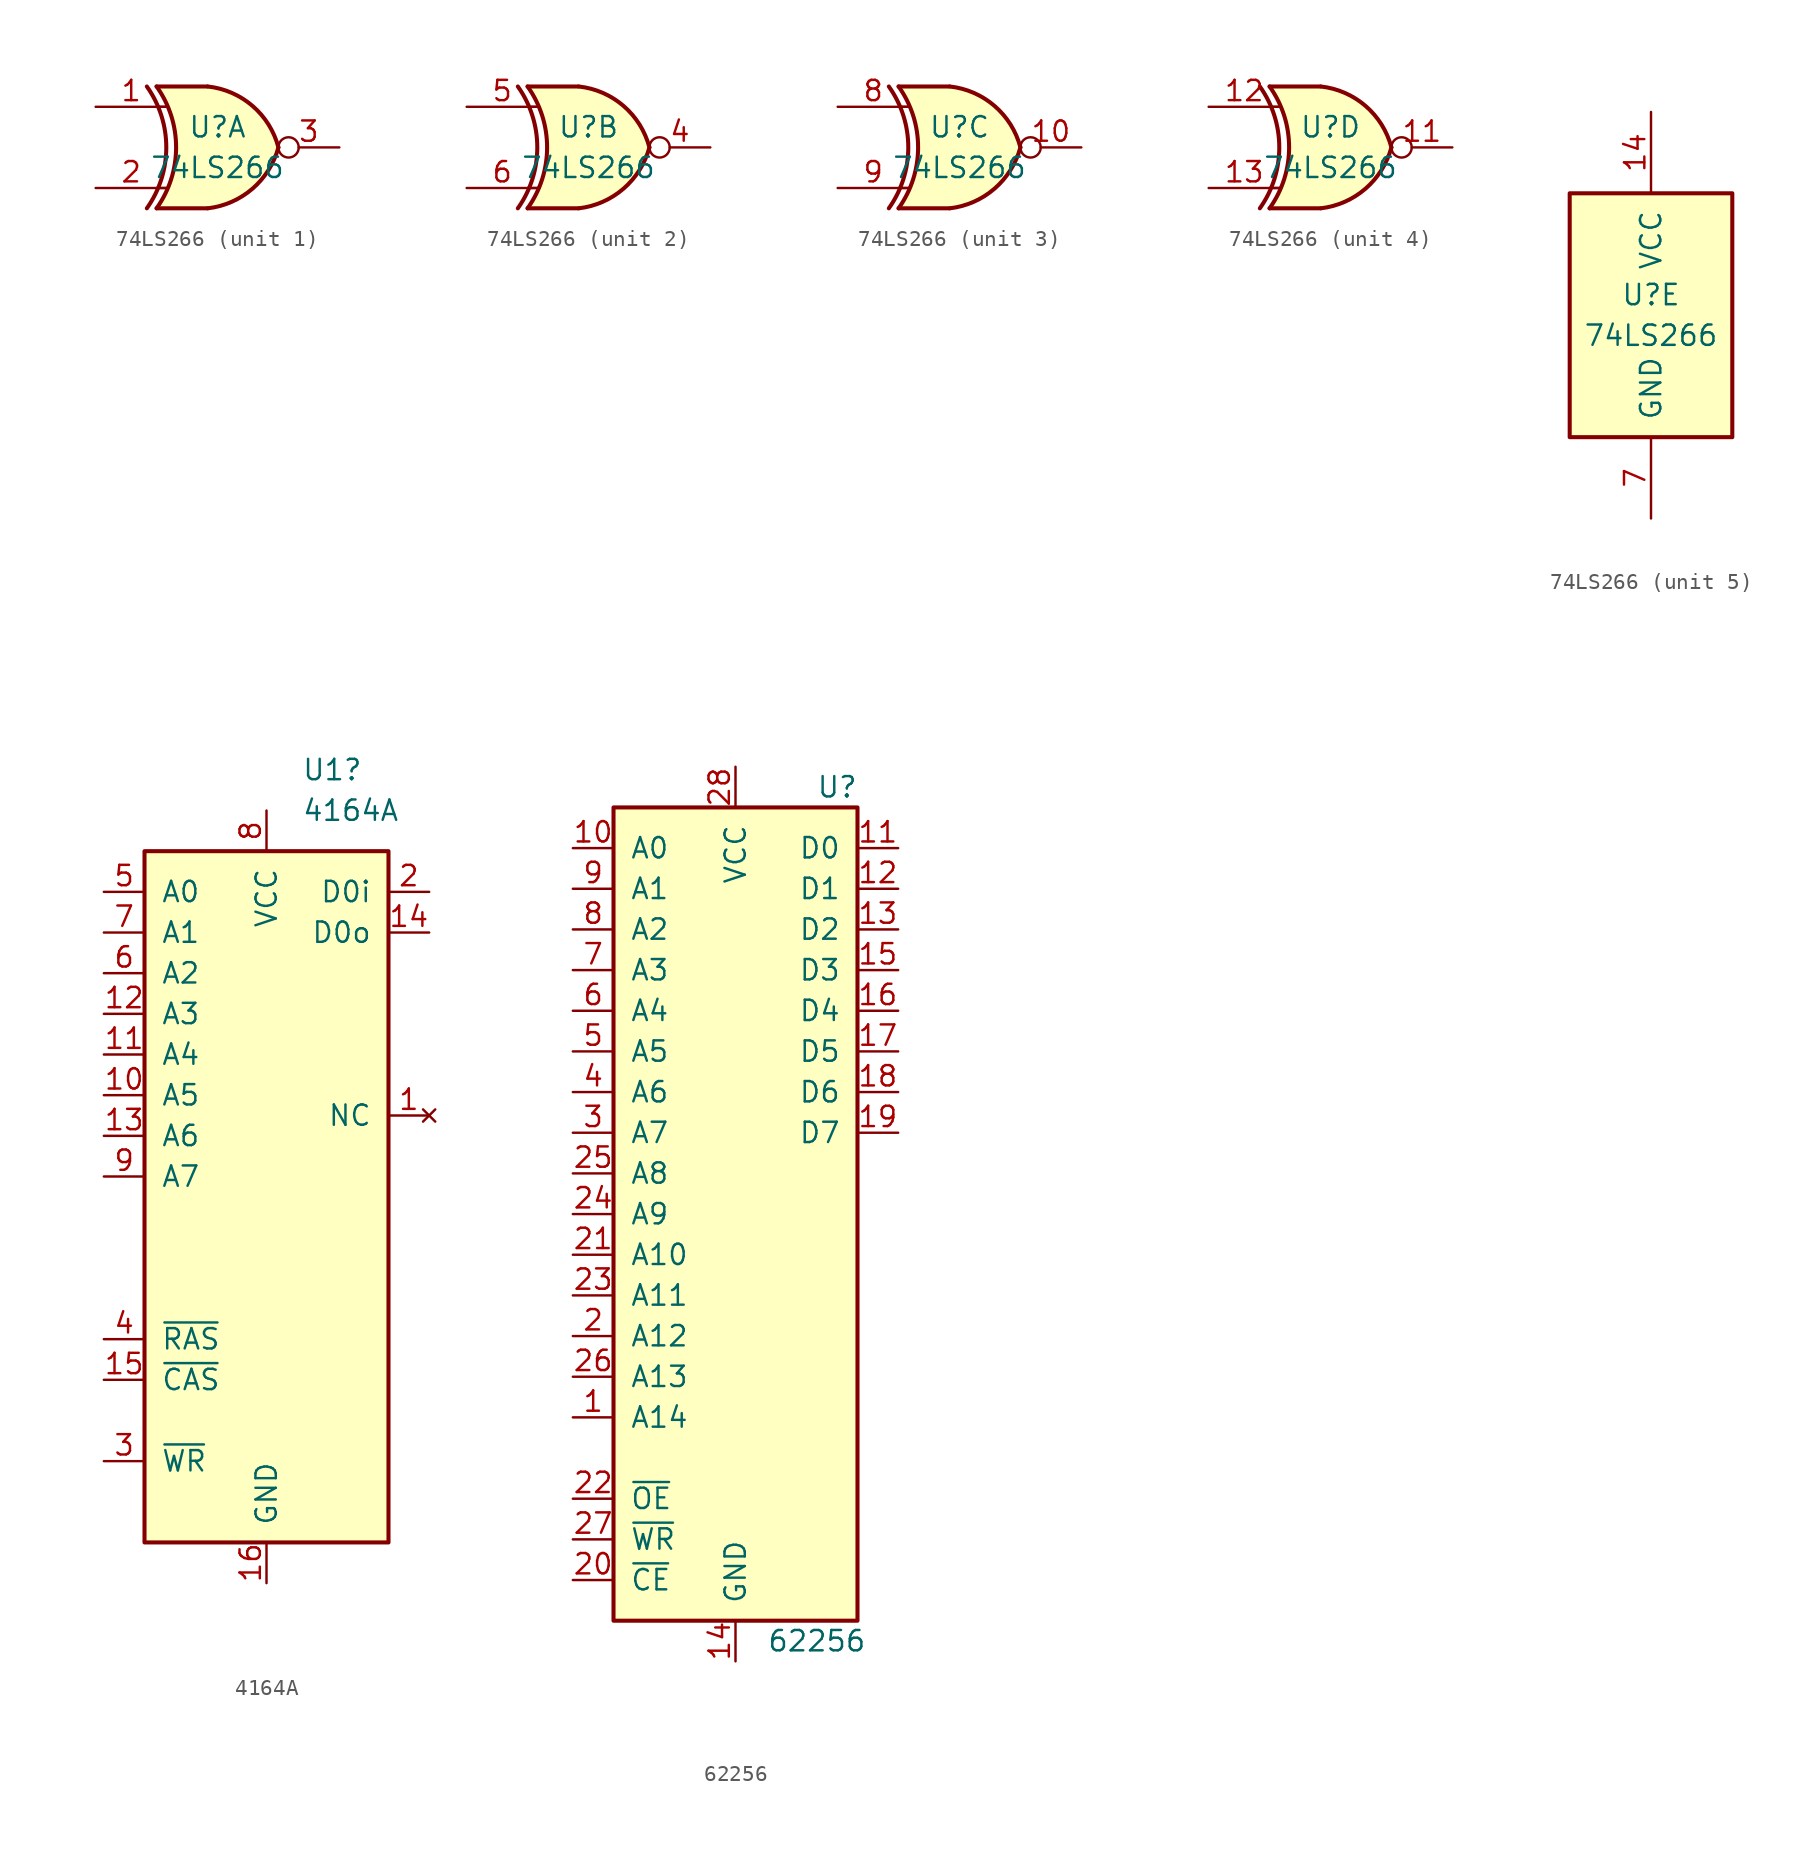
<source format=kicad_sym>
(kicad_symbol_lib
  (version 20241209)
  (generator "kicad_symbol_editor")
  (generator_version "9.0")
  (symbol "74LS266"
    (pin_names
      (offset 1.016))
    (property "Reference" "U"
      (at 0 1.27 0)
      (effects (font (size 1.27 1.27))))
    (property "Value" "74LS266"
      (at 0 -1.27 0)
      (effects (font (size 1.27 1.27))))
    (property "ki_locked" ""
      (at 0 0 0)
      (effects (font (size 1.27 1.27))))
    (symbol "74LS266_1_0"
      (arc (start -4.4196 3.81) (mid -3.2033 0) (end -4.4196 -3.81) (stroke (width 0.254) (type default)) (fill (type none)))
      (arc (start -3.81 3.81) (mid -2.589 0) (end -3.81 -3.81) (stroke (width 0.254) (type default)) (fill (type none)))
      (polyline (pts (xy -3.81 3.81) (xy -0.635 3.81)) (stroke (width 0.254) (type default)) (fill (type background)))
      (polyline (pts (xy -3.81 -3.81) (xy -0.635 -3.81)) (stroke (width 0.254) (type default)) (fill (type background)))
      (arc (start 3.81 0) (mid 2.1855 -2.584) (end -0.6096 -3.81) (stroke (width 0.254) (type default)) (fill (type background)))
      (arc (start -0.6096 3.81) (mid 2.1928 2.5924) (end 3.81 0) (stroke (width 0.254) (type default)) (fill (type background)))
      (polyline (pts (xy -0.635 3.81) (xy -3.81 3.81) (xy -3.81 3.81) (xy -3.556 3.404) (xy -3.023 2.261) (xy -2.692 1.041) (xy -2.616 -0.254) (xy -2.769 -1.499) (xy -3.175 -2.718) (xy -3.81 -3.81) (xy -3.81 -3.81) (xy -0.635 -3.81)) (stroke (width -25.4) (type default)) (fill (type background)))
      (pin input line (at -7.62 2.54 0) (length 4.445) (name "~" (effects (font (size 1.27 1.27)))) (number "1" (effects (font (size 1.27 1.27)))))
      (pin input line (at -7.62 -2.54 0) (length 4.445) (name "~" (effects (font (size 1.27 1.27)))) (number "2" (effects (font (size 1.27 1.27)))))
      (pin open_collector inverted (at 7.62 0 180) (length 3.81) (name "~" (effects (font (size 1.27 1.27)))) (number "3" (effects (font (size 1.27 1.27))))))
    (symbol "74LS266_1_1"
      (polyline (pts (xy -3.81 2.54) (xy -3.175 2.54)) (stroke (width 0.152) (type default)) (fill (type none)))
      (polyline (pts (xy -3.81 -2.54) (xy -3.175 -2.54)) (stroke (width 0.152) (type default)) (fill (type none))))
    (symbol "74LS266_2_0"
      (arc (start -4.4196 3.81) (mid -3.2033 0) (end -4.4196 -3.81) (stroke (width 0.254) (type default)) (fill (type none)))
      (arc (start -3.81 3.81) (mid -2.589 0) (end -3.81 -3.81) (stroke (width 0.254) (type default)) (fill (type none)))
      (polyline (pts (xy -3.81 3.81) (xy -0.635 3.81)) (stroke (width 0.254) (type default)) (fill (type background)))
      (polyline (pts (xy -3.81 -3.81) (xy -0.635 -3.81)) (stroke (width 0.254) (type default)) (fill (type background)))
      (arc (start 3.81 0) (mid 2.1855 -2.584) (end -0.6096 -3.81) (stroke (width 0.254) (type default)) (fill (type background)))
      (arc (start -0.6096 3.81) (mid 2.1928 2.5924) (end 3.81 0) (stroke (width 0.254) (type default)) (fill (type background)))
      (polyline (pts (xy -0.635 3.81) (xy -3.81 3.81) (xy -3.81 3.81) (xy -3.556 3.404) (xy -3.023 2.261) (xy -2.692 1.041) (xy -2.616 -0.254) (xy -2.769 -1.499) (xy -3.175 -2.718) (xy -3.81 -3.81) (xy -3.81 -3.81) (xy -0.635 -3.81)) (stroke (width -25.4) (type default)) (fill (type background)))
      (pin input line (at -7.62 2.54 0) (length 4.445) (name "~" (effects (font (size 1.27 1.27)))) (number "5" (effects (font (size 1.27 1.27)))))
      (pin input line (at -7.62 -2.54 0) (length 4.445) (name "~" (effects (font (size 1.27 1.27)))) (number "6" (effects (font (size 1.27 1.27)))))
      (pin open_collector inverted (at 7.62 0 180) (length 3.81) (name "~" (effects (font (size 1.27 1.27)))) (number "4" (effects (font (size 1.27 1.27))))))
    (symbol "74LS266_2_1"
      (polyline (pts (xy -3.81 2.54) (xy -3.175 2.54)) (stroke (width 0.152) (type default)) (fill (type none)))
      (polyline (pts (xy -3.81 -2.54) (xy -3.175 -2.54)) (stroke (width 0.152) (type default)) (fill (type none))))
    (symbol "74LS266_3_0"
      (arc (start -4.4196 3.81) (mid -3.2033 0) (end -4.4196 -3.81) (stroke (width 0.254) (type default)) (fill (type none)))
      (arc (start -3.81 3.81) (mid -2.589 0) (end -3.81 -3.81) (stroke (width 0.254) (type default)) (fill (type none)))
      (polyline (pts (xy -3.81 3.81) (xy -0.635 3.81)) (stroke (width 0.254) (type default)) (fill (type background)))
      (polyline (pts (xy -3.81 -3.81) (xy -0.635 -3.81)) (stroke (width 0.254) (type default)) (fill (type background)))
      (arc (start 3.81 0) (mid 2.1855 -2.584) (end -0.6096 -3.81) (stroke (width 0.254) (type default)) (fill (type background)))
      (arc (start -0.6096 3.81) (mid 2.1928 2.5924) (end 3.81 0) (stroke (width 0.254) (type default)) (fill (type background)))
      (polyline (pts (xy -0.635 3.81) (xy -3.81 3.81) (xy -3.81 3.81) (xy -3.556 3.404) (xy -3.023 2.261) (xy -2.692 1.041) (xy -2.616 -0.254) (xy -2.769 -1.499) (xy -3.175 -2.718) (xy -3.81 -3.81) (xy -3.81 -3.81) (xy -0.635 -3.81)) (stroke (width -25.4) (type default)) (fill (type background)))
      (pin input line (at -7.62 2.54 0) (length 4.445) (name "~" (effects (font (size 1.27 1.27)))) (number "8" (effects (font (size 1.27 1.27)))))
      (pin input line (at -7.62 -2.54 0) (length 4.445) (name "~" (effects (font (size 1.27 1.27)))) (number "9" (effects (font (size 1.27 1.27)))))
      (pin open_collector inverted (at 7.62 0 180) (length 3.81) (name "~" (effects (font (size 1.27 1.27)))) (number "10" (effects (font (size 1.27 1.27))))))
    (symbol "74LS266_3_1"
      (polyline (pts (xy -3.81 2.54) (xy -3.175 2.54)) (stroke (width 0.152) (type default)) (fill (type none)))
      (polyline (pts (xy -3.81 -2.54) (xy -3.175 -2.54)) (stroke (width 0.152) (type default)) (fill (type none))))
    (symbol "74LS266_4_0"
      (arc (start -4.4196 3.81) (mid -3.2033 0) (end -4.4196 -3.81) (stroke (width 0.254) (type default)) (fill (type none)))
      (arc (start -3.81 3.81) (mid -2.589 0) (end -3.81 -3.81) (stroke (width 0.254) (type default)) (fill (type none)))
      (polyline (pts (xy -3.81 3.81) (xy -0.635 3.81)) (stroke (width 0.254) (type default)) (fill (type background)))
      (polyline (pts (xy -3.81 -3.81) (xy -0.635 -3.81)) (stroke (width 0.254) (type default)) (fill (type background)))
      (arc (start 3.81 0) (mid 2.1855 -2.584) (end -0.6096 -3.81) (stroke (width 0.254) (type default)) (fill (type background)))
      (arc (start -0.6096 3.81) (mid 2.1928 2.5924) (end 3.81 0) (stroke (width 0.254) (type default)) (fill (type background)))
      (polyline (pts (xy -0.635 3.81) (xy -3.81 3.81) (xy -3.81 3.81) (xy -3.556 3.404) (xy -3.023 2.261) (xy -2.692 1.041) (xy -2.616 -0.254) (xy -2.769 -1.499) (xy -3.175 -2.718) (xy -3.81 -3.81) (xy -3.81 -3.81) (xy -0.635 -3.81)) (stroke (width -25.4) (type default)) (fill (type background)))
      (pin input line (at -7.62 2.54 0) (length 4.445) (name "~" (effects (font (size 1.27 1.27)))) (number "12" (effects (font (size 1.27 1.27)))))
      (pin input line (at -7.62 -2.54 0) (length 4.445) (name "~" (effects (font (size 1.27 1.27)))) (number "13" (effects (font (size 1.27 1.27)))))
      (pin open_collector inverted (at 7.62 0 180) (length 3.81) (name "" (effects (font (size 1.27 1.27)))) (number "11" (effects (font (size 1.27 1.27))))))
    (symbol "74LS266_4_1"
      (polyline (pts (xy -3.81 2.54) (xy -3.175 2.54)) (stroke (width 0.152) (type default)) (fill (type none)))
      (polyline (pts (xy -3.81 -2.54) (xy -3.175 -2.54)) (stroke (width 0.152) (type default)) (fill (type none))))
    (symbol "74LS266_5_0"
      (pin power_in line (at 0 12.7 270) (length 5.08) (name "VCC" (effects (font (size 1.27 1.27)))) (number "14" (effects (font (size 1.27 1.27)))))
      (pin power_in line (at 0 -12.7 90) (length 5.08) (name "GND" (effects (font (size 1.27 1.27)))) (number "7" (effects (font (size 1.27 1.27))))))
    (symbol "74LS266_5_1"
      (rectangle (start -5.08 7.62) (end 5.08 -7.62) (stroke (width 0.254) (type default)) (fill (type background)))))
  (symbol "4164A"
    (pin_names
      (offset 1.016))
    (property "Reference" "U1"
      (at 2.194 30.48 0)
      (effects (font (size 1.27 1.27)) (justify left)))
    (property "Value" "4164A"
      (at 2.194 27.94 0)
      (effects (font (size 1.27 1.27)) (justify left)))
    (symbol "4164A_1_1"
      (rectangle (start -7.62 25.4) (end 7.62 -17.78) (stroke (width 0.254) (type default)) (fill (type background)))
      (pin input line (at -10.16 22.86 0) (length 2.54) (name "A0" (effects (font (size 1.27 1.27)))) (number "5" (effects (font (size 1.27 1.27)))))
      (pin input line (at -10.16 20.32 0) (length 2.54) (name "A1" (effects (font (size 1.27 1.27)))) (number "7" (effects (font (size 1.27 1.27)))))
      (pin input line (at -10.16 17.78 0) (length 2.54) (name "A2" (effects (font (size 1.27 1.27)))) (number "6" (effects (font (size 1.27 1.27)))))
      (pin input line (at -10.16 15.24 0) (length 2.54) (name "A3" (effects (font (size 1.27 1.27)))) (number "12" (effects (font (size 1.27 1.27)))))
      (pin input line (at -10.16 12.7 0) (length 2.54) (name "A4" (effects (font (size 1.27 1.27)))) (number "11" (effects (font (size 1.27 1.27)))))
      (pin input line (at -10.16 10.16 0) (length 2.54) (name "A5" (effects (font (size 1.27 1.27)))) (number "10" (effects (font (size 1.27 1.27)))))
      (pin input line (at -10.16 7.62 0) (length 2.54) (name "A6" (effects (font (size 1.27 1.27)))) (number "13" (effects (font (size 1.27 1.27)))))
      (pin input line (at -10.16 5.08 0) (length 2.54) (name "A7" (effects (font (size 1.27 1.27)))) (number "9" (effects (font (size 1.27 1.27)))))
      (pin input line (at -10.16 -5.08 0) (length 2.54) (name "~{RAS}" (effects (font (size 1.27 1.27)))) (number "4" (effects (font (size 1.27 1.27)))))
      (pin input line (at -10.16 -7.62 0) (length 2.54) (name "~{CAS}" (effects (font (size 1.27 1.27)))) (number "15" (effects (font (size 1.27 1.27)))))
      (pin input line (at -10.16 -12.7 0) (length 2.54) (name "~{WR}" (effects (font (size 1.27 1.27)))) (number "3" (effects (font (size 1.27 1.27)))))
      (pin power_in line (at 0 27.94 270) (length 2.54) (name "VCC" (effects (font (size 1.27 1.27)))) (number "8" (effects (font (size 1.27 1.27)))))
      (pin power_in line (at 0 -20.32 90) (length 2.54) (name "GND" (effects (font (size 1.27 1.27)))) (number "16" (effects (font (size 1.27 1.27)))))
      (pin tri_state line (at 10.16 22.86 180) (length 2.54) (name "D0i" (effects (font (size 1.27 1.27)))) (number "2" (effects (font (size 1.27 1.27)))))
      (pin tri_state line (at 10.16 20.32 180) (length 2.54) (name "D0o" (effects (font (size 1.27 1.27)))) (number "14" (effects (font (size 1.27 1.27)))))
      (pin no_connect line (at 10.16 8.89 180) (length 2.54) (name "NC" (effects (font (size 1.27 1.27)))) (number "1" (effects (font (size 1.27 1.27)))))))
  (symbol "62256"
    (pin_names
      (offset 1.016))
    (property "Reference" "U"
      (at 6.35 26.67 0)
      (effects (font (size 1.27 1.27))))
    (property "Value" "62256"
      (at 5.08 -26.67 0)
      (effects (font (size 1.27 1.27))))
    (symbol "62256_1_1"
      (rectangle (start -7.62 25.4) (end 7.62 -25.4) (stroke (width 0.254) (type default)) (fill (type background)))
      (pin input line (at -10.16 22.86 0) (length 2.54) (name "A0" (effects (font (size 1.27 1.27)))) (number "10" (effects (font (size 1.27 1.27)))))
      (pin input line (at -10.16 20.32 0) (length 2.54) (name "A1" (effects (font (size 1.27 1.27)))) (number "9" (effects (font (size 1.27 1.27)))))
      (pin input line (at -10.16 17.78 0) (length 2.54) (name "A2" (effects (font (size 1.27 1.27)))) (number "8" (effects (font (size 1.27 1.27)))))
      (pin input line (at -10.16 15.24 0) (length 2.54) (name "A3" (effects (font (size 1.27 1.27)))) (number "7" (effects (font (size 1.27 1.27)))))
      (pin input line (at -10.16 12.7 0) (length 2.54) (name "A4" (effects (font (size 1.27 1.27)))) (number "6" (effects (font (size 1.27 1.27)))))
      (pin input line (at -10.16 10.16 0) (length 2.54) (name "A5" (effects (font (size 1.27 1.27)))) (number "5" (effects (font (size 1.27 1.27)))))
      (pin input line (at -10.16 7.62 0) (length 2.54) (name "A6" (effects (font (size 1.27 1.27)))) (number "4" (effects (font (size 1.27 1.27)))))
      (pin input line (at -10.16 5.08 0) (length 2.54) (name "A7" (effects (font (size 1.27 1.27)))) (number "3" (effects (font (size 1.27 1.27)))))
      (pin input line (at -10.16 2.54 0) (length 2.54) (name "A8" (effects (font (size 1.27 1.27)))) (number "25" (effects (font (size 1.27 1.27)))))
      (pin input line (at -10.16 0 0) (length 2.54) (name "A9" (effects (font (size 1.27 1.27)))) (number "24" (effects (font (size 1.27 1.27)))))
      (pin input line (at -10.16 -2.54 0) (length 2.54) (name "A10" (effects (font (size 1.27 1.27)))) (number "21" (effects (font (size 1.27 1.27)))))
      (pin input line (at -10.16 -5.08 0) (length 2.54) (name "A11" (effects (font (size 1.27 1.27)))) (number "23" (effects (font (size 1.27 1.27)))))
      (pin input line (at -10.16 -7.62 0) (length 2.54) (name "A12" (effects (font (size 1.27 1.27)))) (number "2" (effects (font (size 1.27 1.27)))))
      (pin input line (at -10.16 -10.16 0) (length 2.54) (name "A13" (effects (font (size 1.27 1.27)))) (number "26" (effects (font (size 1.27 1.27)))))
      (pin input line (at -10.16 -12.7 0) (length 2.54) (name "A14" (effects (font (size 1.27 1.27)))) (number "1" (effects (font (size 1.27 1.27)))))
      (pin input line (at -10.16 -17.78 0) (length 2.54) (name "~{OE}" (effects (font (size 1.27 1.27)))) (number "22" (effects (font (size 1.27 1.27)))))
      (pin input line (at -10.16 -20.32 0) (length 2.54) (name "~{WR}" (effects (font (size 1.27 1.27)))) (number "27" (effects (font (size 1.27 1.27)))))
      (pin input line (at -10.16 -22.86 0) (length 2.54) (name "~{CE}" (effects (font (size 1.27 1.27)))) (number "20" (effects (font (size 1.27 1.27)))))
      (pin power_in line (at 0 27.94 270) (length 2.54) (name "VCC" (effects (font (size 1.27 1.27)))) (number "28" (effects (font (size 1.27 1.27)))))
      (pin power_in line (at 0 -27.94 90) (length 2.54) (name "GND" (effects (font (size 1.27 1.27)))) (number "14" (effects (font (size 1.27 1.27)))))
      (pin tri_state line (at 10.16 22.86 180) (length 2.54) (name "D0" (effects (font (size 1.27 1.27)))) (number "11" (effects (font (size 1.27 1.27)))))
      (pin tri_state line (at 10.16 20.32 180) (length 2.54) (name "D1" (effects (font (size 1.27 1.27)))) (number "12" (effects (font (size 1.27 1.27)))))
      (pin tri_state line (at 10.16 17.78 180) (length 2.54) (name "D2" (effects (font (size 1.27 1.27)))) (number "13" (effects (font (size 1.27 1.27)))))
      (pin tri_state line (at 10.16 15.24 180) (length 2.54) (name "D3" (effects (font (size 1.27 1.27)))) (number "15" (effects (font (size 1.27 1.27)))))
      (pin tri_state line (at 10.16 12.7 180) (length 2.54) (name "D4" (effects (font (size 1.27 1.27)))) (number "16" (effects (font (size 1.27 1.27)))))
      (pin tri_state line (at 10.16 10.16 180) (length 2.54) (name "D5" (effects (font (size 1.27 1.27)))) (number "17" (effects (font (size 1.27 1.27)))))
      (pin tri_state line (at 10.16 7.62 180) (length 2.54) (name "D6" (effects (font (size 1.27 1.27)))) (number "18" (effects (font (size 1.27 1.27)))))
      (pin tri_state line (at 10.16 5.08 180) (length 2.54) (name "D7" (effects (font (size 1.27 1.27)))) (number "19" (effects (font (size 1.27 1.27))))))))
</source>
